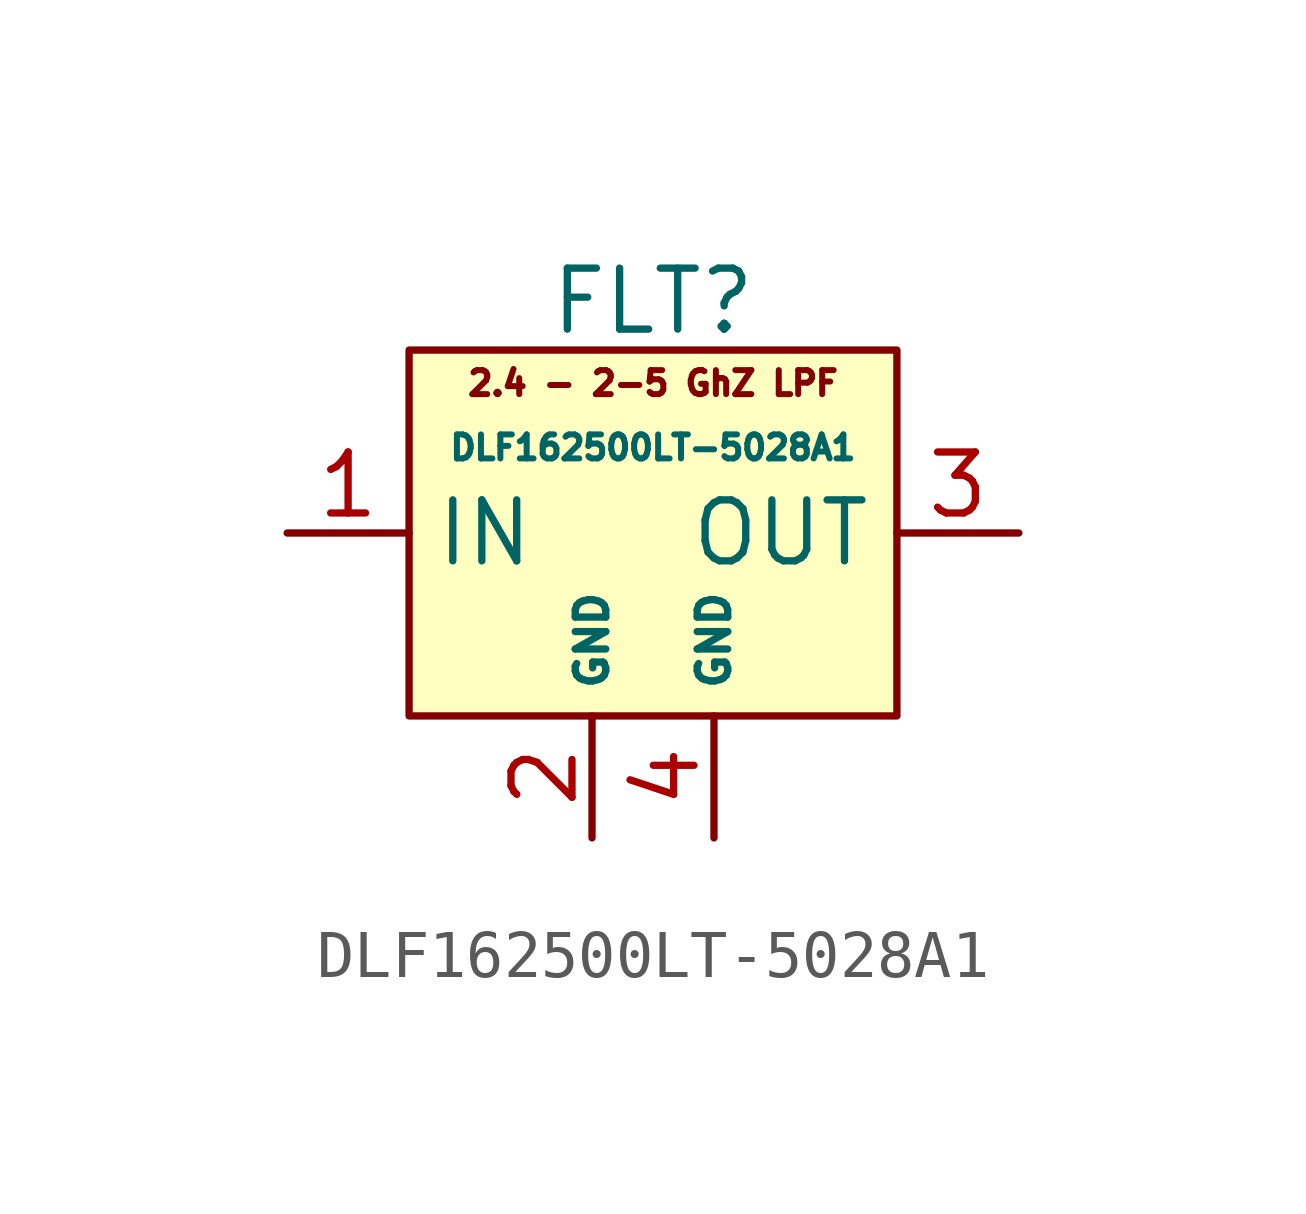
<source format=kicad_sym>
(kicad_symbol_lib
  (version 20231120)
  (generator "kicad_symbol_editor")
  (generator_version "8.0")
  (symbol "DLF162500LT-5028A1"
    (property "Reference" "FLT"
      (at 0 4.826 0)
      (effects (font (size 1.27 1.27))))
    (property "Value" "DLF162500LT-5028A1"
      (at 0 1.778 0)
      (effects (font (size 0.5 0.5))))
    (symbol "DLF162500LT-5028A1_0_0"
      (pin input line (at -7.62 0 0) (length 2.54) (name "IN" (effects (font (size 1.27 1.27)))) (number "1" (effects (font (size 1.27 1.27)))))
      (pin passive line (at -1.27 -6.35 90) (length 2.54) (name "GND" (effects (font (size 0.635 0.635)))) (number "2" (effects (font (size 1.27 1.27)))))
      (pin output line (at 7.62 0 180) (length 2.54) (name "OUT" (effects (font (size 1.27 1.27)))) (number "3" (effects (font (size 1.27 1.27)))))
      (pin passive line (at 1.27 -6.35 90) (length 2.54) (name "GND" (effects (font (size 0.635 0.635)))) (number "4" (effects (font (size 1.27 1.27))))))
    (symbol "DLF162500LT-5028A1_1_1"
      (text_box "2.4 - 2-5 GhZ LPF" (at -5.08 3.81 0) (size 10.16 -7.62) (stroke (width 0) (type default)) (fill (type color) (color 255 255 194 1)) (effects (font (size 0.5 0.5)) (justify top))))))
</source>
